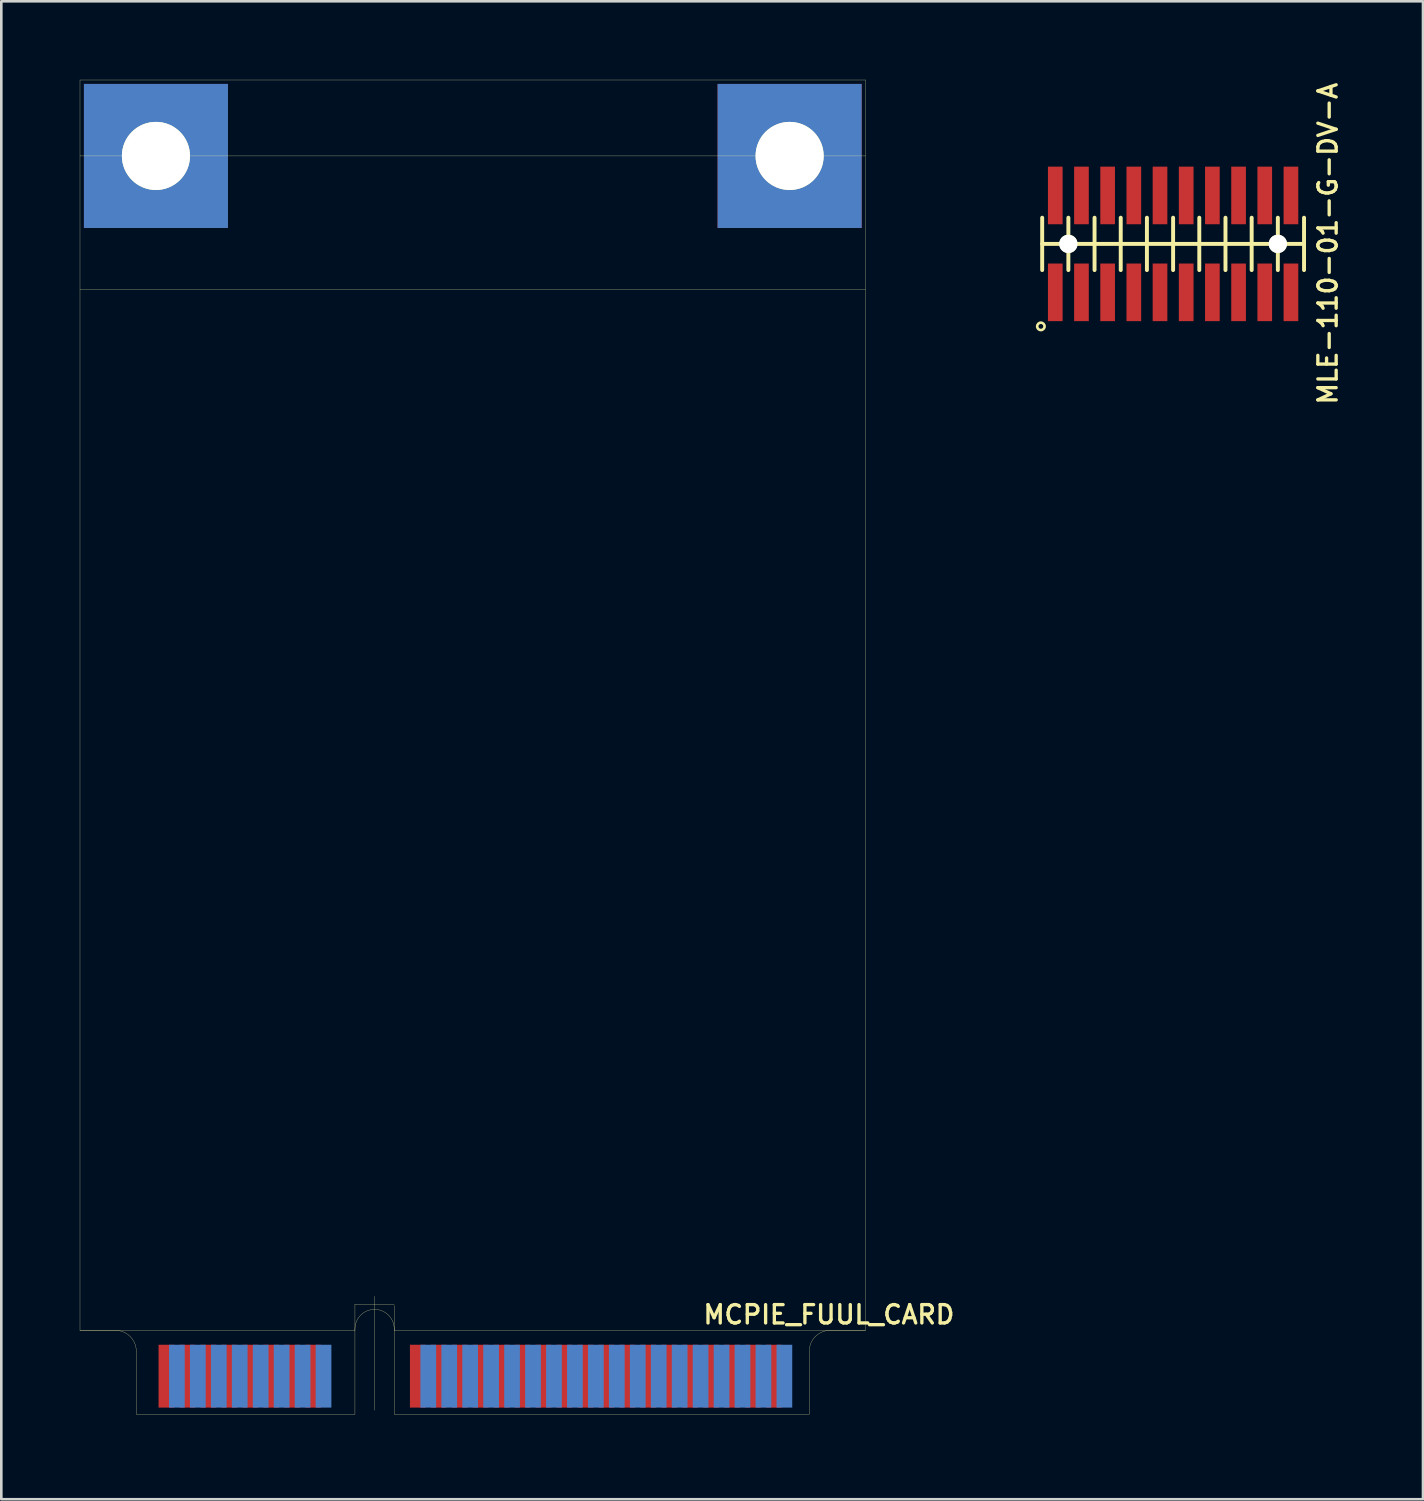
<source format=kicad_pcb>
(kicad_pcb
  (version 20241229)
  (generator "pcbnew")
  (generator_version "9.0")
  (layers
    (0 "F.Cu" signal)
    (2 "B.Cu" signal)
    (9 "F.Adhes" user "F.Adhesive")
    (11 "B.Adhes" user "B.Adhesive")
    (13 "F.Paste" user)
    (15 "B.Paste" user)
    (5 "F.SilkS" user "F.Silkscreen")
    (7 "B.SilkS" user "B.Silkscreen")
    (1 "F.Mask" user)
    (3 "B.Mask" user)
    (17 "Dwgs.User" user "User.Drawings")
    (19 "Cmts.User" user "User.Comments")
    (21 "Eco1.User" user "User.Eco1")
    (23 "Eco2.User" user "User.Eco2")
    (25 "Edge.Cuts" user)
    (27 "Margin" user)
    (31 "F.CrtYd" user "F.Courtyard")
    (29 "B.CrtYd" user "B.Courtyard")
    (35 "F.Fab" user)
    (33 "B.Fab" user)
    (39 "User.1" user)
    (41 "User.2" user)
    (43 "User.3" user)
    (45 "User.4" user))
  (footprint "MLE-110-01-G-DV-A"
    (layer "F.Cu")
    (at 41.75 6.264)
    (property "Reference" "MLE-110-01-G-DV-A" (at 5.91 -0.01 90) (layer "F.SilkS") (effects (font (size 0.7 0.7) (thickness 0.127))))
    (attr smd)
    (fp_line (start -5 -1) (end -5 1) (stroke (width 0.15) (type solid)) (layer "F.SilkS"))
    (fp_line (start -4 -1) (end -4 0) (stroke (width 0.15) (type solid)) (layer "F.SilkS"))
    (fp_line (start -4 0) (end -5 0) (stroke (width 0.15) (type solid)) (layer "F.SilkS"))
    (fp_line (start -4 0) (end -4 1) (stroke (width 0.15) (type solid)) (layer "F.SilkS"))
    (fp_line (start -3 -1) (end -3 0) (stroke (width 0.15) (type solid)) (layer "F.SilkS"))
    (fp_line (start -3 0) (end -4 0) (stroke (width 0.15) (type solid)) (layer "F.SilkS"))
    (fp_line (start -3 0) (end -3 1) (stroke (width 0.15) (type solid)) (layer "F.SilkS"))
    (fp_line (start -2 -1) (end -2 0) (stroke (width 0.15) (type solid)) (layer "F.SilkS"))
    (fp_line (start -2 0) (end -3 0) (stroke (width 0.15) (type solid)) (layer "F.SilkS"))
    (fp_line (start -2 0) (end -2 1) (stroke (width 0.15) (type solid)) (layer "F.SilkS"))
    (fp_line (start -1 -1) (end -1 0) (stroke (width 0.15) (type solid)) (layer "F.SilkS"))
    (fp_line (start -1 0) (end -2 0) (stroke (width 0.15) (type solid)) (layer "F.SilkS"))
    (fp_line (start -1 0) (end -1 1) (stroke (width 0.15) (type solid)) (layer "F.SilkS"))
    (fp_line (start 0 -1) (end 0 0) (stroke (width 0.15) (type solid)) (layer "F.SilkS"))
    (fp_line (start 0 0) (end -1 0) (stroke (width 0.15) (type solid)) (layer "F.SilkS"))
    (fp_line (start 0 0) (end 0 1) (stroke (width 0.15) (type solid)) (layer "F.SilkS"))
    (fp_line (start 1 -1) (end 1 0) (stroke (width 0.15) (type solid)) (layer "F.SilkS"))
    (fp_line (start 1 0) (end 0 0) (stroke (width 0.15) (type solid)) (layer "F.SilkS"))
    (fp_line (start 1 0) (end 1 1) (stroke (width 0.15) (type solid)) (layer "F.SilkS"))
    (fp_line (start 2 -1) (end 2 0) (stroke (width 0.15) (type solid)) (layer "F.SilkS"))
    (fp_line (start 2 0) (end 1 0) (stroke (width 0.15) (type solid)) (layer "F.SilkS"))
    (fp_line (start 2 0) (end 2 1) (stroke (width 0.15) (type solid)) (layer "F.SilkS"))
    (fp_line (start 2 0) (end 3 0) (stroke (width 0.15) (type solid)) (layer "F.SilkS"))
    (fp_line (start 3 -1) (end 3 1) (stroke (width 0.15) (type solid)) (layer "F.SilkS"))
    (fp_line (start 4 -1) (end 4 0) (stroke (width 0.15) (type solid)) (layer "F.SilkS"))
    (fp_line (start 4 0) (end 3 0) (stroke (width 0.15) (type solid)) (layer "F.SilkS"))
    (fp_line (start 4 0) (end 4 1) (stroke (width 0.15) (type solid)) (layer "F.SilkS"))
    (fp_line (start 4 0) (end 5 0) (stroke (width 0.15) (type solid)) (layer "F.SilkS"))
    (fp_line (start 5 1) (end 5 -1) (stroke (width 0.15) (type solid)) (layer "F.SilkS"))
    (fp_circle (center -5.05 3.15) (end -5.15 3.25) (stroke (width 0.1) (type solid)) (fill no) (layer "F.SilkS"))
    (pad "" np_thru_hole circle (at -4 0) (size 0.7 0.7) (drill 0.7) (layers "*.Cu" "*.Mask" "F.SilkS"))
    (pad "" np_thru_hole circle (at 4 0) (size 0.7 0.7) (drill 0.7) (layers "*.Cu" "*.Mask" "F.SilkS"))
    (pad "1" smd rect (at -4.5 1.85) (size 0.56 2.2) (layers "F.Cu" "F.Mask" "F.Paste"))
    (pad "2" smd rect (at -4.5 -1.85) (size 0.56 2.2) (layers "F.Cu" "F.Mask" "F.Paste"))
    (pad "3" smd rect (at -3.5 1.85) (size 0.56 2.2) (layers "F.Cu" "F.Mask" "F.Paste"))
    (pad "4" smd rect (at -3.5 -1.85) (size 0.56 2.2) (layers "F.Cu" "F.Mask" "F.Paste"))
    (pad "5" smd rect (at -2.5 1.85) (size 0.56 2.2) (layers "F.Cu" "F.Mask" "F.Paste"))
    (pad "6" smd rect (at -2.5 -1.85) (size 0.56 2.2) (layers "F.Cu" "F.Mask" "F.Paste"))
    (pad "7" smd rect (at -1.5 1.85) (size 0.56 2.2) (layers "F.Cu" "F.Mask" "F.Paste"))
    (pad "8" smd rect (at -1.5 -1.85) (size 0.56 2.2) (layers "F.Cu" "F.Mask" "F.Paste"))
    (pad "9" smd rect (at -0.5 1.85) (size 0.56 2.2) (layers "F.Cu" "F.Mask" "F.Paste"))
    (pad "10" smd rect (at -0.5 -1.85) (size 0.56 2.2) (layers "F.Cu" "F.Mask" "F.Paste"))
    (pad "11" smd rect (at 0.5 1.85) (size 0.56 2.2) (layers "F.Cu" "F.Mask" "F.Paste"))
    (pad "12" smd rect (at 0.5 -1.85) (size 0.56 2.2) (layers "F.Cu" "F.Mask" "F.Paste"))
    (pad "13" smd rect (at 1.5 1.85) (size 0.56 2.2) (layers "F.Cu" "F.Mask" "F.Paste"))
    (pad "14" smd rect (at 1.5 -1.85) (size 0.56 2.2) (layers "F.Cu" "F.Mask" "F.Paste"))
    (pad "15" smd rect (at 2.5 1.85) (size 0.56 2.2) (layers "F.Cu" "F.Mask" "F.Paste"))
    (pad "16" smd rect (at 2.5 -1.85) (size 0.56 2.2) (layers "F.Cu" "F.Mask" "F.Paste"))
    (pad "17" smd rect (at 3.5 1.85) (size 0.56 2.2) (layers "F.Cu" "F.Mask" "F.Paste"))
    (pad "18" smd rect (at 3.5 -1.85) (size 0.56 2.2) (layers "F.Cu" "F.Mask" "F.Paste"))
    (pad "19" smd rect (at 4.5 1.85) (size 0.56 2.2) (layers "F.Cu" "F.Mask" "F.Paste"))
    (pad "20" smd rect (at 4.5 -1.85) (size 0.56 2.2) (layers "F.Cu" "F.Mask" "F.Paste")))
  (footprint "MCPIE_FUUL_CARD"
    (layer "F.Cu")
    (at 15.005 50.955)
    (property "Reference" "MCPIE_FUUL_CARD" (at 13.6 -3.8 180) (layer "F.SilkS") (effects (font (size 0.7 0.7) (thickness 0.127))))
    (attr through_hole)
    (fp_line (start -15 -50.95) (end -15 -3.2) (stroke (width 0.01) (type solid)) (layer "F.SilkS"))
    (fp_line (start -15 -3.2) (end -4.5 -3.2) (stroke (width 0.01) (type solid)) (layer "F.SilkS"))
    (fp_line (start -13.65 -3.2) (end -15 -3.2) (stroke (width 0.01) (type solid)) (layer "F.SilkS"))
    (fp_line (start -12.85 0) (end -12.85 -2.4) (stroke (width 0.01) (type solid)) (layer "F.SilkS"))
    (fp_line (start -4.5 -4.2) (end -3 -4.2) (stroke (width 0.01) (type solid)) (layer "F.SilkS"))
    (fp_line (start -4.5 -3.2) (end -4.5 -4.2) (stroke (width 0.01) (type solid)) (layer "F.SilkS"))
    (fp_line (start -4.5 0) (end -12.85 0) (stroke (width 0.01) (type solid)) (layer "F.SilkS"))
    (fp_line (start -4.5 0) (end -4.5 -3.25) (stroke (width 0.01) (type solid)) (layer "F.SilkS"))
    (fp_line (start -3.75 -4.5) (end -3.75 -0.15) (stroke (width 0.01) (type solid)) (layer "F.SilkS"))
    (fp_line (start -3 -4.15) (end -3 -3.2) (stroke (width 0.01) (type solid)) (layer "F.SilkS"))
    (fp_line (start -3 -3.2) (end 15 -3.2) (stroke (width 0.01) (type solid)) (layer "F.SilkS"))
    (fp_line (start -3 0) (end -3 -3.25) (stroke (width 0.01) (type solid)) (layer "F.SilkS"))
    (fp_line (start -3 0) (end 12.85 0) (stroke (width 0.01) (type solid)) (layer "F.SilkS"))
    (fp_line (start 12.85 0) (end 12.85 -2.4) (stroke (width 0.01) (type solid)) (layer "F.SilkS"))
    (fp_line (start 15 -50.95) (end -15 -50.95) (stroke (width 0.01) (type solid)) (layer "F.SilkS"))
    (fp_line (start 15 -48.05) (end -15 -48.05) (stroke (width 0.01) (type solid)) (layer "F.SilkS"))
    (fp_line (start 15 -42.95) (end -15 -42.95) (stroke (width 0.01) (type solid)) (layer "F.SilkS"))
    (fp_line (start 15 -3.2) (end 13.65 -3.2) (stroke (width 0.01) (type solid)) (layer "F.SilkS"))
    (fp_line (start 15 -3.2) (end 15 -50.95) (stroke (width 0.01) (type solid)) (layer "F.SilkS"))
    (fp_arc (start -13.65 -3.2) (mid -13.084315 -2.965685) (end -12.85 -2.4) (stroke (width 0.01) (type solid)) (layer "F.SilkS"))
    (fp_arc (start -4.5 -3.25) (mid -3.75 -4) (end -3 -3.25) (stroke (width 0.01) (type solid)) (layer "F.SilkS"))
    (fp_arc (start 12.85 -2.4) (mid 13.084315 -2.965685) (end 13.65 -3.2) (stroke (width 0.01) (type solid)) (layer "F.SilkS"))
    (pad "" np_thru_hole circle (at -12.1 -48.05) (size 2.6 2.6) (drill 2.6) (layers "*.Cu" "*.Mask" "F.SilkS"))
    (pad "" connect rect (at -12.1 -48.05) (size 5.5 5.5) (layers "*.Cu" "*.Mask"))
    (pad "" np_thru_hole circle (at 12.1 -48.05) (size 2.6 2.6) (drill 2.6) (layers "*.Cu" "*.Mask" "F.SilkS"))
    (pad "" connect rect (at 12.1 -48.05) (size 5.5 5.5) (layers "*.Cu" "*.Mask"))
    (pad "1" smd rect (at -11.7 -1.45) (size 0.6 2.4) (layers "F.Cu" "F.Mask"))
    (pad "2" smd rect (at -11.3 -1.45) (size 0.6 2.4) (layers "B.Cu" "B.Mask"))
    (pad "3" smd rect (at -10.9 -1.45) (size 0.6 2.4) (layers "F.Cu" "F.Mask"))
    (pad "4" smd rect (at -10.5 -1.45) (size 0.6 2.4) (layers "B.Cu" "B.Mask"))
    (pad "5" smd rect (at -10.1 -1.45) (size 0.6 2.4) (layers "F.Cu" "F.Mask"))
    (pad "6" smd rect (at -9.7 -1.45) (size 0.6 2.4) (layers "B.Cu" "B.Mask"))
    (pad "7" smd rect (at -9.3 -1.45) (size 0.6 2.4) (layers "F.Cu" "F.Mask"))
    (pad "8" smd rect (at -8.9 -1.45) (size 0.6 2.4) (layers "B.Cu" "B.Mask"))
    (pad "9" smd rect (at -8.5 -1.45) (size 0.6 2.4) (layers "F.Cu" "F.Mask"))
    (pad "10" smd rect (at -8.1 -1.45) (size 0.6 2.4) (layers "B.Cu" "B.Mask"))
    (pad "11" smd rect (at -7.7 -1.45) (size 0.6 2.4) (layers "F.Cu" "F.Mask"))
    (pad "12" smd rect (at -7.3 -1.45) (size 0.6 2.4) (layers "B.Cu" "B.Mask"))
    (pad "13" smd rect (at -6.9 -1.45) (size 0.6 2.4) (layers "F.Cu" "F.Mask"))
    (pad "14" smd rect (at -6.5 -1.45) (size 0.6 2.4) (layers "B.Cu" "B.Mask"))
    (pad "15" smd rect (at -6.1 -1.45) (size 0.6 2.4) (layers "F.Cu" "F.Mask"))
    (pad "16" smd rect (at -5.7 -1.45) (size 0.6 2.4) (layers "B.Cu" "B.Mask"))
    (pad "17" smd rect (at -2.1 -1.45) (size 0.6 2.4) (layers "F.Cu" "F.Mask"))
    (pad "18" smd rect (at -1.7 -1.45) (size 0.6 2.4) (layers "B.Cu" "B.Mask"))
    (pad "19" smd rect (at -1.3 -1.45) (size 0.6 2.4) (layers "F.Cu" "F.Mask"))
    (pad "20" smd rect (at -0.9 -1.45) (size 0.6 2.4) (layers "B.Cu" "B.Mask"))
    (pad "21" smd rect (at -0.5 -1.45) (size 0.6 2.4) (layers "F.Cu" "F.Mask"))
    (pad "22" smd rect (at -0.1 -1.45) (size 0.6 2.4) (layers "B.Cu" "B.Mask"))
    (pad "23" smd rect (at 0.3 -1.45) (size 0.6 2.4) (layers "F.Cu" "F.Mask"))
    (pad "24" smd rect (at 0.7 -1.45) (size 0.6 2.4) (layers "B.Cu" "B.Mask"))
    (pad "25" smd rect (at 1.1 -1.45) (size 0.6 2.4) (layers "F.Cu" "F.Mask"))
    (pad "26" smd rect (at 1.5 -1.45) (size 0.6 2.4) (layers "B.Cu" "B.Mask"))
    (pad "27" smd rect (at 1.9 -1.45) (size 0.6 2.4) (layers "F.Cu" "F.Mask"))
    (pad "28" smd rect (at 2.3 -1.45) (size 0.6 2.4) (layers "B.Cu" "B.Mask"))
    (pad "29" smd rect (at 2.7 -1.45) (size 0.6 2.4) (layers "F.Cu" "F.Mask"))
    (pad "30" smd rect (at 3.1 -1.45) (size 0.6 2.4) (layers "B.Cu" "B.Mask"))
    (pad "31" smd rect (at 3.5 -1.45) (size 0.6 2.4) (layers "F.Cu" "F.Mask"))
    (pad "32" smd rect (at 3.9 -1.45) (size 0.6 2.4) (layers "B.Cu" "B.Mask"))
    (pad "33" smd rect (at 4.3 -1.45) (size 0.6 2.4) (layers "F.Cu" "F.Mask"))
    (pad "34" smd rect (at 4.7 -1.45) (size 0.6 2.4) (layers "B.Cu" "B.Mask"))
    (pad "35" smd rect (at 5.1 -1.45) (size 0.6 2.4) (layers "F.Cu" "F.Mask"))
    (pad "36" smd rect (at 5.5 -1.45) (size 0.6 2.4) (layers "B.Cu" "B.Mask"))
    (pad "37" smd rect (at 5.9 -1.45) (size 0.6 2.4) (layers "F.Cu" "F.Mask"))
    (pad "38" smd rect (at 6.3 -1.45) (size 0.6 2.4) (layers "B.Cu" "B.Mask"))
    (pad "39" smd rect (at 6.7 -1.45) (size 0.6 2.4) (layers "F.Cu" "F.Mask"))
    (pad "40" smd rect (at 7.1 -1.45) (size 0.6 2.4) (layers "B.Cu" "B.Mask"))
    (pad "41" smd rect (at 7.5 -1.45) (size 0.6 2.4) (layers "F.Cu" "F.Mask"))
    (pad "42" smd rect (at 7.9 -1.45) (size 0.6 2.4) (layers "B.Cu" "B.Mask"))
    (pad "43" smd rect (at 8.3 -1.45) (size 0.6 2.4) (layers "F.Cu" "F.Mask"))
    (pad "44" smd rect (at 8.7 -1.45) (size 0.6 2.4) (layers "B.Cu" "B.Mask"))
    (pad "45" smd rect (at 9.1 -1.45) (size 0.6 2.4) (layers "F.Cu" "F.Mask"))
    (pad "46" smd rect (at 9.5 -1.45) (size 0.6 2.4) (layers "B.Cu" "B.Mask"))
    (pad "47" smd rect (at 9.9 -1.45) (size 0.6 2.4) (layers "F.Cu" "F.Mask"))
    (pad "48" smd rect (at 10.3 -1.45) (size 0.6 2.4) (layers "B.Cu" "B.Mask"))
    (pad "49" smd rect (at 10.7 -1.45) (size 0.6 2.4) (layers "F.Cu" "F.Mask"))
    (pad "50" smd rect (at 11.1 -1.45) (size 0.6 2.4) (layers "B.Cu" "B.Mask"))
    (pad "51" smd rect (at 11.5 -1.45) (size 0.6 2.4) (layers "F.Cu" "F.Mask"))
    (pad "52" smd rect (at 11.9 -1.45) (size 0.6 2.4) (layers "B.Cu" "B.Mask")))
  (gr_rect
    (start -3 -3)
    (end 51.293 54.205)
    (stroke (width 0.1) (type default))
    (fill no)
    (layer "Edge.Cuts")))
</source>
